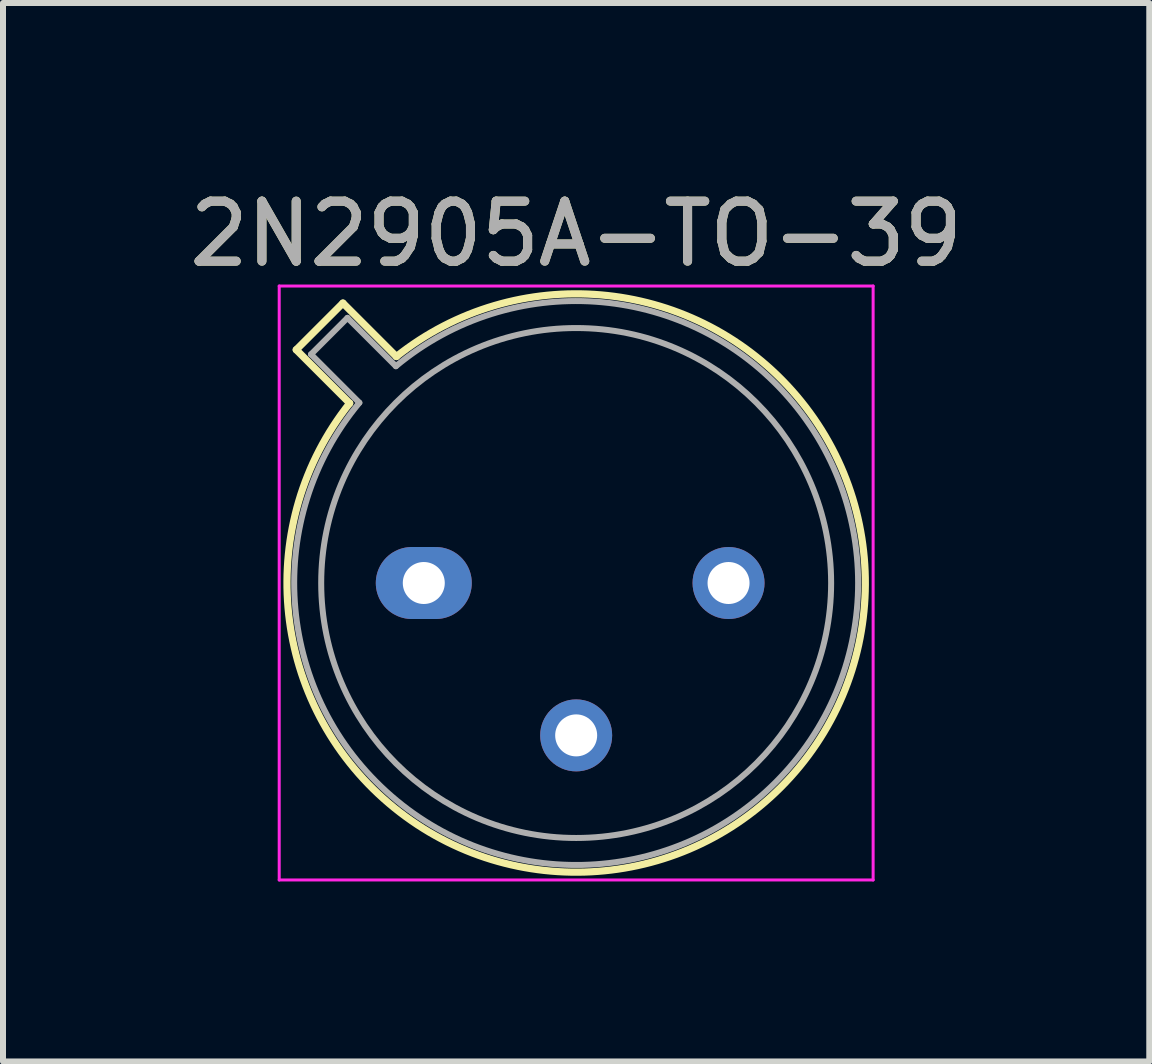
<source format=kicad_pcb>
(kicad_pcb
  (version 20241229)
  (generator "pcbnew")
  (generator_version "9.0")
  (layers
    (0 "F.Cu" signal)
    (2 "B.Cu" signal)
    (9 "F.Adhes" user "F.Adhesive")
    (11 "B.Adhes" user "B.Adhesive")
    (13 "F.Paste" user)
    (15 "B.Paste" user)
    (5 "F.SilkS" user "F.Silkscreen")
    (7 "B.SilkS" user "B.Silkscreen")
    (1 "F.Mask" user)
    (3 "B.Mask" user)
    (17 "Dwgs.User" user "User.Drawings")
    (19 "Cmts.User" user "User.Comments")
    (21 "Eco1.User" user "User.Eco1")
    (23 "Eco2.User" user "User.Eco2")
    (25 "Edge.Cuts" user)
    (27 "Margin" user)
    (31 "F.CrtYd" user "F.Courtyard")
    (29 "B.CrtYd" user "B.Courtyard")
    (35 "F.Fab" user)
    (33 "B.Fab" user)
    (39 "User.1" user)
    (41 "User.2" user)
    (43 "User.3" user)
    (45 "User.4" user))
  (footprint "2N2905A-TO-39"
    (layer "F.Cu")
    (at 6.424 6.538)
    (property "Reference" "2N2905A-TO-39" (at 0.13 -5.69 0) (layer "F.SilkS") (effects (font (size 1 1) (thickness 0.15))))
    (attr through_hole)
    (fp_line (start -4.536 -3.758) (end -3.645 -2.867) (stroke (width 0.12) (type solid)) (layer "F.SilkS"))
    (fp_line (start -3.758 -4.536) (end -4.536 -3.758) (stroke (width 0.12) (type solid)) (layer "F.SilkS"))
    (fp_line (start -2.867 -3.645) (end -3.758 -4.536) (stroke (width 0.12) (type solid)) (layer "F.SilkS"))
    (fp_arc (start -2.867084 -3.644902) (mid 3.538125 3.538384) (end -3.644674 -2.867371) (stroke (width 0.12) (type solid)) (layer "F.SilkS"))
    (fp_line (start -4.82 -4.82) (end -4.82 5.08) (stroke (width 0.05) (type solid)) (layer "F.CrtYd"))
    (fp_line (start -4.82 5.08) (end 5.08 5.08) (stroke (width 0.05) (type solid)) (layer "F.CrtYd"))
    (fp_line (start 5.08 -4.82) (end -4.82 -4.82) (stroke (width 0.05) (type solid)) (layer "F.CrtYd"))
    (fp_line (start 5.08 5.08) (end 5.08 -4.82) (stroke (width 0.05) (type solid)) (layer "F.CrtYd"))
    (fp_line (start -4.29 -3.682) (end -3.484 -2.875) (stroke (width 0.1) (type solid)) (layer "F.Fab"))
    (fp_line (start -3.682 -4.29) (end -4.29 -3.682) (stroke (width 0.1) (type solid)) (layer "F.Fab"))
    (fp_line (start -2.875 -3.484) (end -3.682 -4.29) (stroke (width 0.1) (type solid)) (layer "F.Fab"))
    (fp_arc (start -2.875408 -3.48352) (mid 3.453443 3.453361) (end -3.483594 -2.875319) (stroke (width 0.1) (type solid)) (layer "F.Fab"))
    (fp_circle (center 0.13 0.13) (end 4.38 0.13) (stroke (width 0.1) (type solid)) (fill no) (layer "F.Fab"))
    (fp_text user "${REFERENCE}" (at 0.13 -5.69 0) (layer "F.Fab") (effects (font (size 1 1) (thickness 0.15))))
    (pad "1" thru_hole oval (at 0.13 2.67) (size 1.2 1.2) (drill 0.7) (layers "*.Cu" "*.Mask"))
    (pad "2" thru_hole oval (at 2.67 0.13) (size 1.2 1.2) (drill 0.7) (layers "*.Cu" "*.Mask"))
    (pad "3" thru_hole oval (at -2.41 0.13) (size 1.6 1.2) (drill 0.7) (layers "*.Cu" "*.Mask")))
  (gr_rect
    (start -3 -3)
    (end 16.107 14.643)
    (stroke (width 0.1) (type default))
    (fill no)
    (layer "Edge.Cuts")))
</source>
